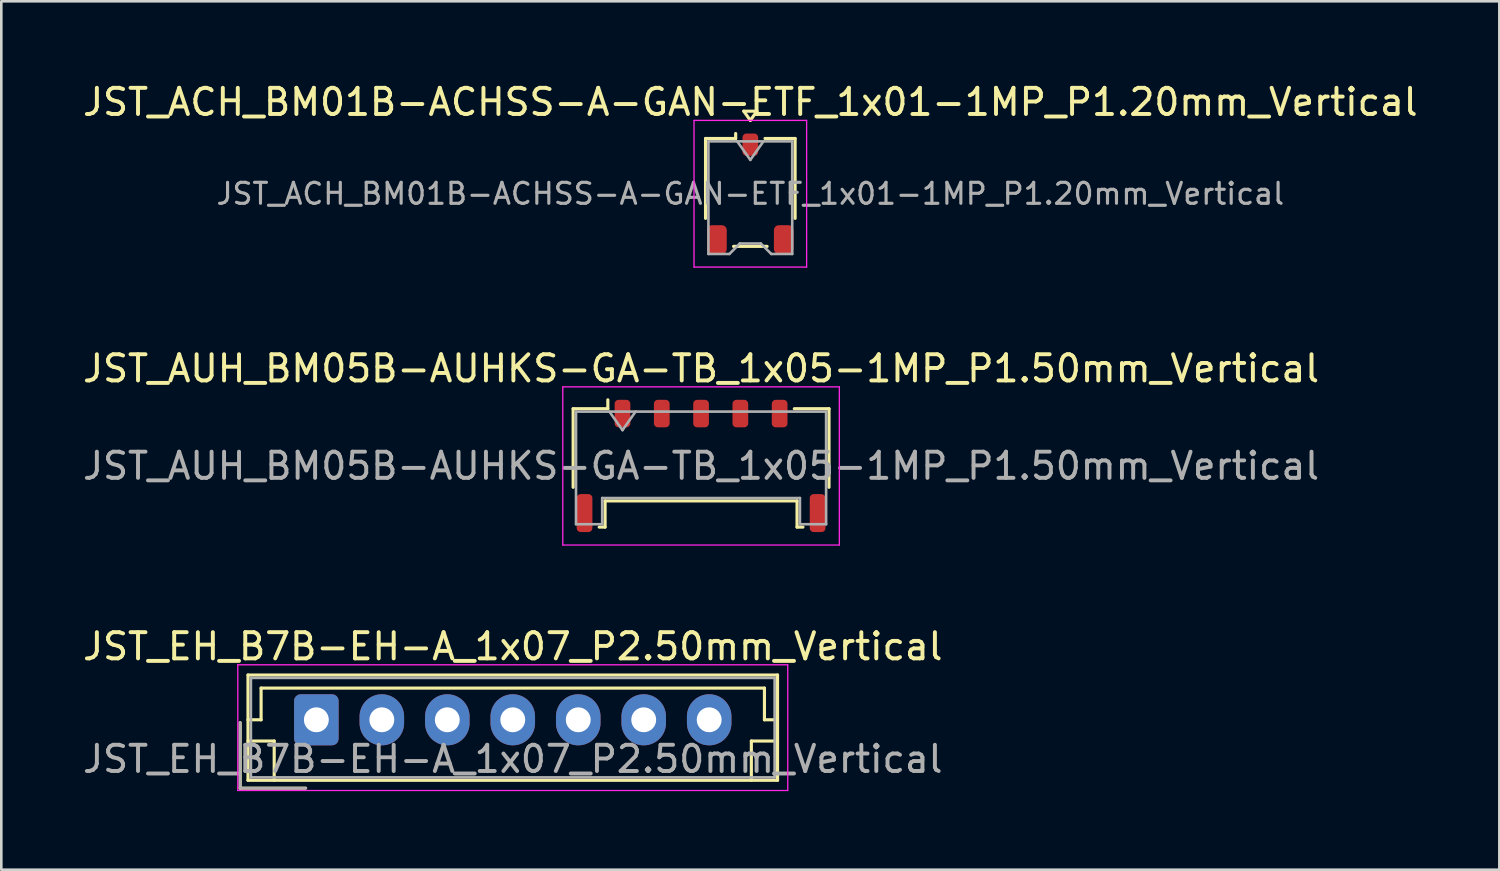
<source format=kicad_pcb>
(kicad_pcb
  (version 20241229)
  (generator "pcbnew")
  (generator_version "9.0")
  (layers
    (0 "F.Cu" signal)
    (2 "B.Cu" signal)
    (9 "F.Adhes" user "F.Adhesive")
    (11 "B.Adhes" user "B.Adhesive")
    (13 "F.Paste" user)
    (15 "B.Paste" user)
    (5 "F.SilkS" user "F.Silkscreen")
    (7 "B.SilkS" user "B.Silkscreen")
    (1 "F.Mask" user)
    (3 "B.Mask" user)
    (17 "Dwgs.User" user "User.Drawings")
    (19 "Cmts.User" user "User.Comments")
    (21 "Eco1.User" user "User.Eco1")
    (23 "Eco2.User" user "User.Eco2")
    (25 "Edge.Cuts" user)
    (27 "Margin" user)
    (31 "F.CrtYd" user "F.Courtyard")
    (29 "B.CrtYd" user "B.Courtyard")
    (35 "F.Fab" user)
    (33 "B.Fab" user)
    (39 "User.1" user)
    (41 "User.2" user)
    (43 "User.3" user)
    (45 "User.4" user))
  (footprint "JST_AUH_BM05B-AUHKS-GA-TB_1x05-1MP_P1.50mm_Vertical"
    (layer "F.Cu")
    (at 23.72 14.742)
    (property "Reference" "JST_AUH_BM05B-AUHKS-GA-TB_1x05-1MP_P1.50mm_Vertical" (at 0 -3.72 0) (layer "F.SilkS") (effects (font (size 1 1) (thickness 0.15))))
    (attr smd)
    (fp_line (start -4.885 -2.185) (end -3.56 -2.185) (stroke (width 0.12) (type solid)) (layer "F.SilkS"))
    (fp_line (start -4.885 0.815) (end -4.885 -2.185) (stroke (width 0.12) (type solid)) (layer "F.SilkS"))
    (fp_line (start -3.89 2.335) (end -3.665 2.335) (stroke (width 0.12) (type solid)) (layer "F.SilkS"))
    (fp_line (start -3.665 1.335) (end 3.665 1.335) (stroke (width 0.12) (type solid)) (layer "F.SilkS"))
    (fp_line (start -3.665 2.335) (end -3.665 1.335) (stroke (width 0.12) (type solid)) (layer "F.SilkS"))
    (fp_line (start -3.56 -2.185) (end -3.56 -2.525) (stroke (width 0.12) (type solid)) (layer "F.SilkS"))
    (fp_line (start 3.665 1.335) (end 3.665 2.335) (stroke (width 0.12) (type solid)) (layer "F.SilkS"))
    (fp_line (start 3.665 2.335) (end 3.89 2.335) (stroke (width 0.12) (type solid)) (layer "F.SilkS"))
    (fp_line (start 4.885 -2.185) (end 3.56 -2.185) (stroke (width 0.12) (type solid)) (layer "F.SilkS"))
    (fp_line (start 4.885 0.815) (end 4.885 -2.185) (stroke (width 0.12) (type solid)) (layer "F.SilkS"))
    (fp_line (start -5.28 -3.02) (end -5.28 3.02) (stroke (width 0.05) (type solid)) (layer "F.CrtYd"))
    (fp_line (start -5.28 3.02) (end 5.28 3.02) (stroke (width 0.05) (type solid)) (layer "F.CrtYd"))
    (fp_line (start 5.28 -3.02) (end -5.28 -3.02) (stroke (width 0.05) (type solid)) (layer "F.CrtYd"))
    (fp_line (start 5.28 3.02) (end 5.28 -3.02) (stroke (width 0.05) (type solid)) (layer "F.CrtYd"))
    (fp_line (start -4.775 -2.075) (end -4.775 2.225) (stroke (width 0.1) (type solid)) (layer "F.Fab"))
    (fp_line (start -4.775 -2.075) (end 4.775 -2.075) (stroke (width 0.1) (type solid)) (layer "F.Fab"))
    (fp_line (start -4.775 2.225) (end -3.775 2.225) (stroke (width 0.1) (type solid)) (layer "F.Fab"))
    (fp_line (start -3.775 1.225) (end 3.775 1.225) (stroke (width 0.1) (type solid)) (layer "F.Fab"))
    (fp_line (start -3.775 2.225) (end -3.775 1.225) (stroke (width 0.1) (type solid)) (layer "F.Fab"))
    (fp_line (start -3.5 -2.075) (end -3 -1.368) (stroke (width 0.1) (type solid)) (layer "F.Fab"))
    (fp_line (start -3 -1.368) (end -2.5 -2.075) (stroke (width 0.1) (type solid)) (layer "F.Fab"))
    (fp_line (start 3.775 1.225) (end 3.775 2.225) (stroke (width 0.1) (type solid)) (layer "F.Fab"))
    (fp_line (start 3.775 2.225) (end 4.775 2.225) (stroke (width 0.1) (type solid)) (layer "F.Fab"))
    (fp_line (start 4.775 -2.075) (end 4.775 2.225) (stroke (width 0.1) (type solid)) (layer "F.Fab"))
    (fp_text user "${REFERENCE}" (at 0 0 0) (layer "F.Fab") (effects (font (size 1 1) (thickness 0.15))))
    (pad "1" smd roundrect (at -3 -2) (size 0.6 1.05) (layers "F.Cu" "F.Mask" "F.Paste") (roundrect_rratio 0.25))
    (pad "2" smd roundrect (at -1.5 -2) (size 0.6 1.05) (layers "F.Cu" "F.Mask" "F.Paste") (roundrect_rratio 0.25))
    (pad "3" smd roundrect (at 0 -2) (size 0.6 1.05) (layers "F.Cu" "F.Mask" "F.Paste") (roundrect_rratio 0.25))
    (pad "4" smd roundrect (at 1.5 -2) (size 0.6 1.05) (layers "F.Cu" "F.Mask" "F.Paste") (roundrect_rratio 0.25))
    (pad "5" smd roundrect (at 3 -2) (size 0.6 1.05) (layers "F.Cu" "F.Mask" "F.Paste") (roundrect_rratio 0.25))
    (pad "MP" smd roundrect (at -4.45 1.8) (size 0.6 1.45) (layers "F.Cu" "F.Mask" "F.Paste") (roundrect_rratio 0.25))
    (pad "MP" smd roundrect (at 4.45 1.8) (size 0.6 1.45) (layers "F.Cu" "F.Mask" "F.Paste") (roundrect_rratio 0.25)))
  (footprint "JST_EH_B7B-EH-A_1x07_P2.50mm_Vertical"
    (layer "F.Cu")
    (at 9.03 24.435)
    (property "Reference" "JST_EH_B7B-EH-A_1x07_P2.50mm_Vertical" (at 7.5 -2.8 0) (layer "F.SilkS") (effects (font (size 1 1) (thickness 0.15))))
    (attr through_hole)
    (fp_line (start -2.91 0.11) (end -2.91 2.61) (stroke (width 0.12) (type solid)) (layer "F.SilkS"))
    (fp_line (start -2.91 2.61) (end -0.41 2.61) (stroke (width 0.12) (type solid)) (layer "F.SilkS"))
    (fp_line (start -2.61 -1.71) (end -2.61 2.31) (stroke (width 0.12) (type solid)) (layer "F.SilkS"))
    (fp_line (start -2.61 0) (end -2.11 0) (stroke (width 0.12) (type solid)) (layer "F.SilkS"))
    (fp_line (start -2.61 0.81) (end -1.61 0.81) (stroke (width 0.12) (type solid)) (layer "F.SilkS"))
    (fp_line (start -2.61 2.31) (end 17.61 2.31) (stroke (width 0.12) (type solid)) (layer "F.SilkS"))
    (fp_line (start -2.11 -1.21) (end 17.11 -1.21) (stroke (width 0.12) (type solid)) (layer "F.SilkS"))
    (fp_line (start -2.11 0) (end -2.11 -1.21) (stroke (width 0.12) (type solid)) (layer "F.SilkS"))
    (fp_line (start -1.61 0.81) (end -1.61 2.31) (stroke (width 0.12) (type solid)) (layer "F.SilkS"))
    (fp_line (start 16.61 0.81) (end 16.61 2.31) (stroke (width 0.12) (type solid)) (layer "F.SilkS"))
    (fp_line (start 17.11 -1.21) (end 17.11 0) (stroke (width 0.12) (type solid)) (layer "F.SilkS"))
    (fp_line (start 17.11 0) (end 17.61 0) (stroke (width 0.12) (type solid)) (layer "F.SilkS"))
    (fp_line (start 17.61 -1.71) (end -2.61 -1.71) (stroke (width 0.12) (type solid)) (layer "F.SilkS"))
    (fp_line (start 17.61 0.81) (end 16.61 0.81) (stroke (width 0.12) (type solid)) (layer "F.SilkS"))
    (fp_line (start 17.61 2.31) (end 17.61 -1.71) (stroke (width 0.12) (type solid)) (layer "F.SilkS"))
    (fp_line (start -3 -2.1) (end -3 2.7) (stroke (width 0.05) (type solid)) (layer "F.CrtYd"))
    (fp_line (start -3 2.7) (end 18 2.7) (stroke (width 0.05) (type solid)) (layer "F.CrtYd"))
    (fp_line (start 18 -2.1) (end -3 -2.1) (stroke (width 0.05) (type solid)) (layer "F.CrtYd"))
    (fp_line (start 18 2.7) (end 18 -2.1) (stroke (width 0.05) (type solid)) (layer "F.CrtYd"))
    (fp_line (start -2.91 0.11) (end -2.91 2.61) (stroke (width 0.1) (type solid)) (layer "F.Fab"))
    (fp_line (start -2.91 2.61) (end -0.41 2.61) (stroke (width 0.1) (type solid)) (layer "F.Fab"))
    (fp_line (start -2.5 -1.6) (end -2.5 2.2) (stroke (width 0.1) (type solid)) (layer "F.Fab"))
    (fp_line (start -2.5 2.2) (end 17.5 2.2) (stroke (width 0.1) (type solid)) (layer "F.Fab"))
    (fp_line (start 17.5 -1.6) (end -2.5 -1.6) (stroke (width 0.1) (type solid)) (layer "F.Fab"))
    (fp_line (start 17.5 2.2) (end 17.5 -1.6) (stroke (width 0.1) (type solid)) (layer "F.Fab"))
    (fp_text user "${REFERENCE}" (at 7.5 1.5 0) (layer "F.Fab") (effects (font (size 1 1) (thickness 0.15))))
    (pad "1" thru_hole roundrect (at 0 0) (size 1.7 1.95) (drill 0.95) (layers "*.Cu" "*.Mask") (roundrect_rratio 0.147))
    (pad "2" thru_hole oval (at 2.5 0) (size 1.7 1.95) (drill 0.95) (layers "*.Cu" "*.Mask"))
    (pad "3" thru_hole oval (at 5 0) (size 1.7 1.95) (drill 0.95) (layers "*.Cu" "*.Mask"))
    (pad "4" thru_hole oval (at 7.5 0) (size 1.7 1.95) (drill 0.95) (layers "*.Cu" "*.Mask"))
    (pad "5" thru_hole oval (at 10 0) (size 1.7 1.95) (drill 0.95) (layers "*.Cu" "*.Mask"))
    (pad "6" thru_hole oval (at 12.5 0) (size 1.7 1.95) (drill 0.95) (layers "*.Cu" "*.Mask"))
    (pad "7" thru_hole oval (at 15 0) (size 1.7 1.95) (drill 0.95) (layers "*.Cu" "*.Mask")))
  (footprint "JST_ACH_BM01B-ACHSS-A-GAN-ETF_1x01-1MP_P1.20mm_Vertical"
    (layer "F.Cu")
    (at 25.601 4.348)
    (property "Reference" "JST_ACH_BM01B-ACHSS-A-GAN-ETF_1x01-1MP_P1.20mm_Vertical" (at 0 -3.5 0) (layer "F.SilkS") (effects (font (size 1 1) (thickness 0.15))))
    (attr smd)
    (fp_line (start -1.71 -2.11) (end -0.56 -2.11) (stroke (width 0.12) (type solid)) (layer "F.SilkS"))
    (fp_line (start -1.71 0.94) (end -1.71 -2.11) (stroke (width 0.12) (type solid)) (layer "F.SilkS"))
    (fp_line (start -0.64 2.01) (end 0.64 2.01) (stroke (width 0.12) (type solid)) (layer "F.SilkS"))
    (fp_line (start -0.56 -2.11) (end -0.56 -2.3) (stroke (width 0.12) (type solid)) (layer "F.SilkS"))
    (fp_line (start -0.25 -3.154) (end 0 -2.8) (stroke (width 0.12) (type solid)) (layer "F.SilkS"))
    (fp_line (start 0 -2.8) (end 0.25 -3.154) (stroke (width 0.12) (type solid)) (layer "F.SilkS"))
    (fp_line (start 0.25 -3.154) (end -0.25 -3.154) (stroke (width 0.12) (type solid)) (layer "F.SilkS"))
    (fp_line (start 1.71 -2.11) (end 0.56 -2.11) (stroke (width 0.12) (type solid)) (layer "F.SilkS"))
    (fp_line (start 1.71 0.94) (end 1.71 -2.11) (stroke (width 0.12) (type solid)) (layer "F.SilkS"))
    (fp_line (start -2.15 -2.8) (end -2.15 2.8) (stroke (width 0.05) (type solid)) (layer "F.CrtYd"))
    (fp_line (start -2.15 2.8) (end 2.15 2.8) (stroke (width 0.05) (type solid)) (layer "F.CrtYd"))
    (fp_line (start 2.15 -2.8) (end -2.15 -2.8) (stroke (width 0.05) (type solid)) (layer "F.CrtYd"))
    (fp_line (start 2.15 2.8) (end 2.15 -2.8) (stroke (width 0.05) (type solid)) (layer "F.CrtYd"))
    (fp_line (start -1.6 -2) (end -1.6 2.3) (stroke (width 0.1) (type solid)) (layer "F.Fab"))
    (fp_line (start -1.6 -2) (end 1.6 -2) (stroke (width 0.1) (type solid)) (layer "F.Fab"))
    (fp_line (start -1.6 2.3) (end -0.8 2.3) (stroke (width 0.1) (type solid)) (layer "F.Fab"))
    (fp_line (start -0.8 2.3) (end -0.4 1.9) (stroke (width 0.1) (type solid)) (layer "F.Fab"))
    (fp_line (start -0.5 -2) (end 0 -1.293) (stroke (width 0.1) (type solid)) (layer "F.Fab"))
    (fp_line (start -0.4 1.9) (end 0.4 1.9) (stroke (width 0.1) (type solid)) (layer "F.Fab"))
    (fp_line (start 0 -1.293) (end 0.5 -2) (stroke (width 0.1) (type solid)) (layer "F.Fab"))
    (fp_line (start 0.4 1.9) (end 0.8 2.3) (stroke (width 0.1) (type solid)) (layer "F.Fab"))
    (fp_line (start 0.8 2.3) (end 1.6 2.3) (stroke (width 0.1) (type solid)) (layer "F.Fab"))
    (fp_line (start 1.6 -2) (end 1.6 2.3) (stroke (width 0.1) (type solid)) (layer "F.Fab"))
    (fp_text user "${REFERENCE}" (at 0 0 0) (layer "F.Fab") (effects (font (size 0.8 0.8) (thickness 0.12))))
    (pad "1" smd roundrect (at 0 -1.875) (size 0.6 0.85) (layers "F.Cu" "F.Mask" "F.Paste") (roundrect_rratio 0.25))
    (pad "MP" smd roundrect (at -1.275 1.75) (size 0.75 1.1) (layers "F.Cu" "F.Mask" "F.Paste") (roundrect_rratio 0.25))
    (pad "MP" smd roundrect (at 1.275 1.75) (size 0.75 1.1) (layers "F.Cu" "F.Mask" "F.Paste") (roundrect_rratio 0.25)))
  (gr_rect
    (start -3 -3)
    (end 54.202 30.16)
    (stroke (width 0.1) (type default))
    (fill no)
    (layer "Edge.Cuts")))
</source>
